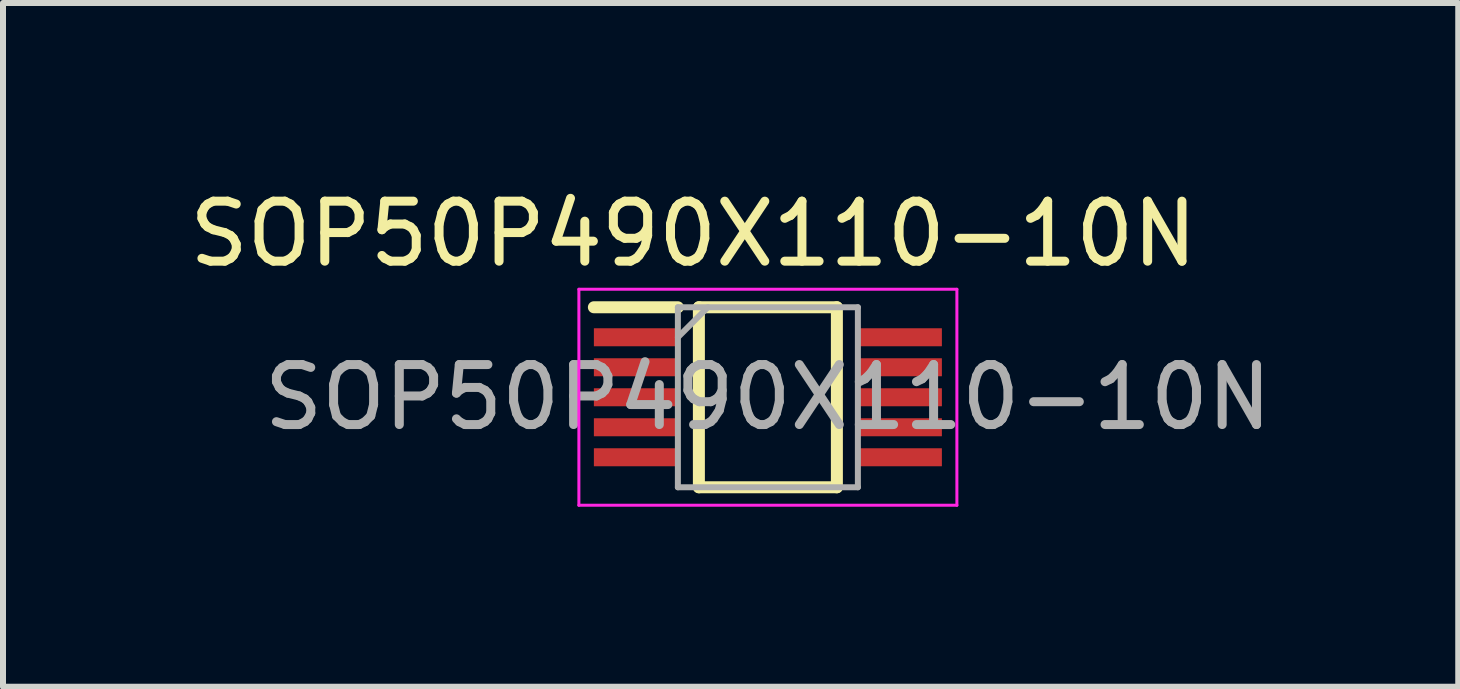
<source format=kicad_pcb>
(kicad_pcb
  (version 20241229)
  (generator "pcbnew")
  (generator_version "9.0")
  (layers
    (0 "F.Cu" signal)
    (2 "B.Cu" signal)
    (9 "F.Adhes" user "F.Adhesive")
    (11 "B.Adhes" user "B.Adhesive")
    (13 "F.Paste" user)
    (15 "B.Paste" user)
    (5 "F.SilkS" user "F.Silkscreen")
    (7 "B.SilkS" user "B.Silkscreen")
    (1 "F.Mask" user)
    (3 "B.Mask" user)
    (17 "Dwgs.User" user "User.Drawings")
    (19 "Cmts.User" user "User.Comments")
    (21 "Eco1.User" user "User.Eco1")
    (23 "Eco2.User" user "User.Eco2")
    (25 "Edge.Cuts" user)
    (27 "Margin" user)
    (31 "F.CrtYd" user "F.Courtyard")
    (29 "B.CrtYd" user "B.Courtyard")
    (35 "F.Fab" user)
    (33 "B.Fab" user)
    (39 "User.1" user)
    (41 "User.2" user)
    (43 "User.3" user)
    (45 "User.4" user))
  (footprint "SOP50P490X110-10N"
    (layer "F.Cu")
    (at 9.748 3.571)
    (property "Reference" "SOP50P490X110-10N" (at -1.242 -2.723 0) (layer "F.SilkS") (effects (font (size 1 1) (thickness 0.15))))
    (attr smd)
    (fp_line (start -2.9 -1.5) (end -1.5 -1.5) (stroke (width 0.2) (type solid)) (layer "F.SilkS"))
    (fp_line (start -1.15 -1.5) (end 1.15 -1.5) (stroke (width 0.2) (type solid)) (layer "F.SilkS"))
    (fp_line (start -1.15 1.5) (end -1.15 -1.5) (stroke (width 0.2) (type solid)) (layer "F.SilkS"))
    (fp_line (start 1.15 -1.5) (end 1.15 1.5) (stroke (width 0.2) (type solid)) (layer "F.SilkS"))
    (fp_line (start 1.15 1.5) (end -1.15 1.5) (stroke (width 0.2) (type solid)) (layer "F.SilkS"))
    (fp_line (start -3.15 -1.8) (end 3.15 -1.8) (stroke (width 0.05) (type solid)) (layer "F.CrtYd"))
    (fp_line (start -3.15 1.8) (end -3.15 -1.8) (stroke (width 0.05) (type solid)) (layer "F.CrtYd"))
    (fp_line (start 3.15 -1.8) (end 3.15 1.8) (stroke (width 0.05) (type solid)) (layer "F.CrtYd"))
    (fp_line (start 3.15 1.8) (end -3.15 1.8) (stroke (width 0.05) (type solid)) (layer "F.CrtYd"))
    (fp_line (start -1.5 -1.5) (end 1.5 -1.5) (stroke (width 0.1) (type solid)) (layer "F.Fab"))
    (fp_line (start -1.5 -1) (end -1 -1.5) (stroke (width 0.1) (type solid)) (layer "F.Fab"))
    (fp_line (start -1.5 1.5) (end -1.5 -1.5) (stroke (width 0.1) (type solid)) (layer "F.Fab"))
    (fp_line (start 1.5 -1.5) (end 1.5 1.5) (stroke (width 0.1) (type solid)) (layer "F.Fab"))
    (fp_line (start 1.5 1.5) (end -1.5 1.5) (stroke (width 0.1) (type solid)) (layer "F.Fab"))
    (fp_text user "${REFERENCE}" (at 0 0 0) (layer "F.Fab") (effects (font (size 1 1) (thickness 0.15))))
    (pad "1" smd rect (at -2.2 -1 90) (size 0.3 1.4) (layers "F.Cu" "F.Mask" "F.Paste"))
    (pad "2" smd rect (at -2.2 -0.5 90) (size 0.3 1.4) (layers "F.Cu" "F.Mask" "F.Paste"))
    (pad "3" smd rect (at -2.2 0 90) (size 0.3 1.4) (layers "F.Cu" "F.Mask" "F.Paste"))
    (pad "4" smd rect (at -2.2 0.5 90) (size 0.3 1.4) (layers "F.Cu" "F.Mask" "F.Paste"))
    (pad "5" smd rect (at -2.2 1 90) (size 0.3 1.4) (layers "F.Cu" "F.Mask" "F.Paste"))
    (pad "6" smd rect (at 2.2 1 90) (size 0.3 1.4) (layers "F.Cu" "F.Mask" "F.Paste"))
    (pad "7" smd rect (at 2.2 0.5 90) (size 0.3 1.4) (layers "F.Cu" "F.Mask" "F.Paste"))
    (pad "8" smd rect (at 2.2 0 90) (size 0.3 1.4) (layers "F.Cu" "F.Mask" "F.Paste"))
    (pad "9" smd rect (at 2.2 -0.5 90) (size 0.3 1.4) (layers "F.Cu" "F.Mask" "F.Paste"))
    (pad "10" smd rect (at 2.2 -1 90) (size 0.3 1.4) (layers "F.Cu" "F.Mask" "F.Paste")))
  (gr_rect
    (start -3 -3)
    (end 21.254 8.396)
    (stroke (width 0.1) (type default))
    (fill no)
    (layer "Edge.Cuts")))
</source>
